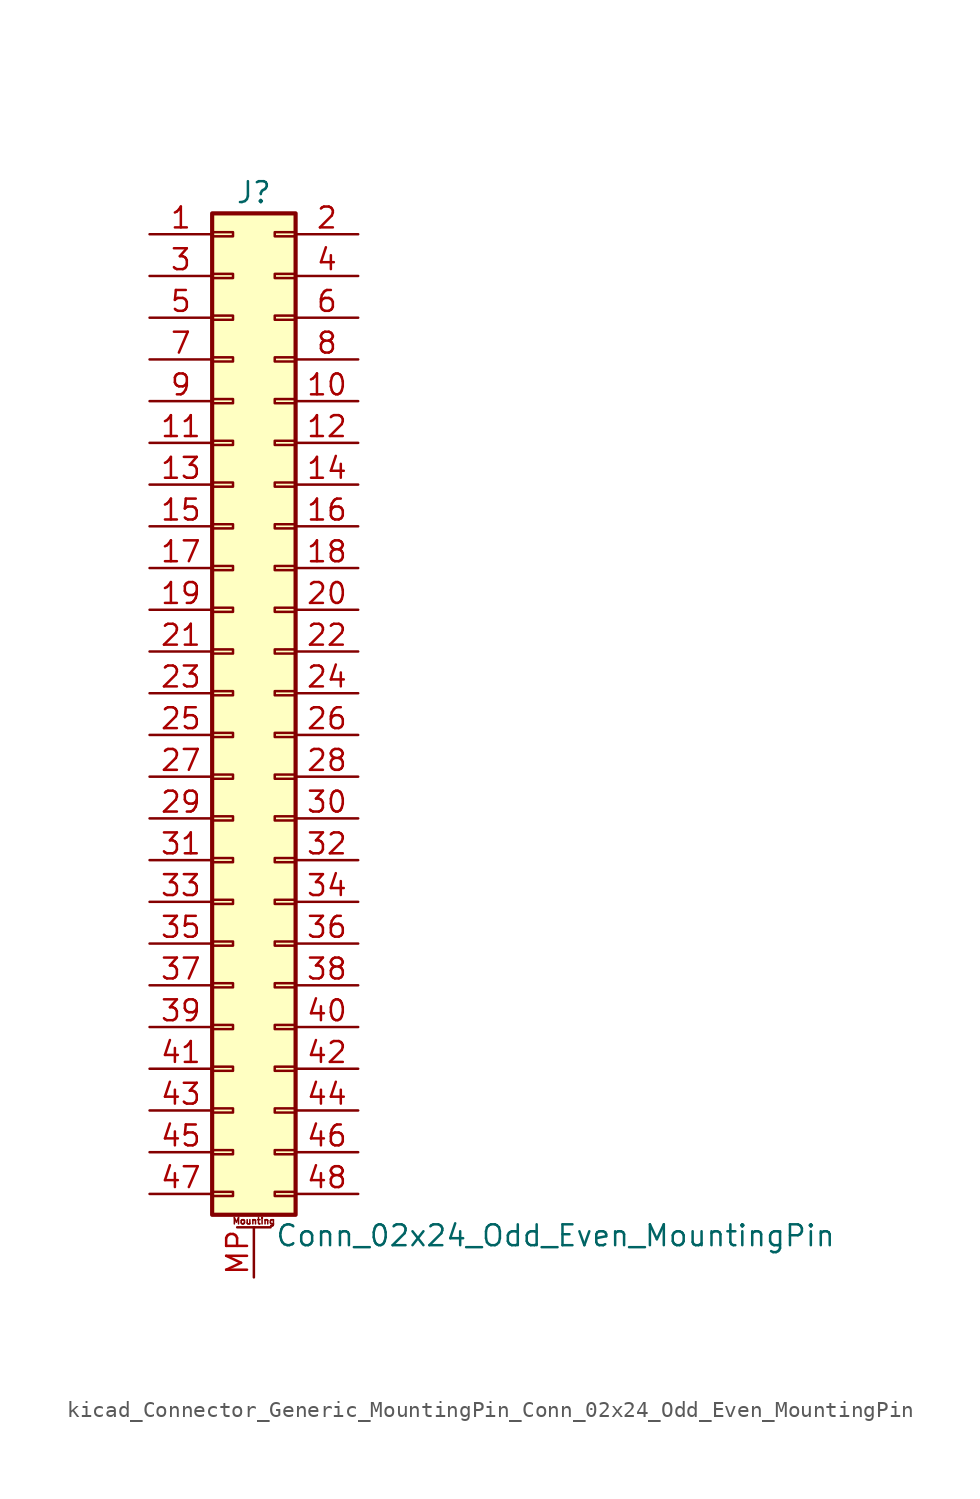
<source format=kicad_sym>
(kicad_symbol_lib
  (version 20220914)
  (generator kicad_symbol_editor)
  (symbol "kicad_Connector_Generic_MountingPin_Conn_02x24_Odd_Even_MountingPin"
    (pin_names
      (offset 1.016) hide)
    (property "Reference" "J"
      (at 1.27 30.48 0)
      (effects (font (size 1.27 1.27))))
    (property "Value" "Conn_02x24_Odd_Even_MountingPin"
      (at 2.54 -33.02 0)
      (effects (font (size 1.27 1.27)) (justify left)))
    (symbol "kicad_Connector_Generic_MountingPin_Conn_02x24_Odd_Even_MountingPin_1_1"
      (rectangle (start -1.27 -30.353) (end 0 -30.607) (stroke (width 0.152) (type default)) (fill (type none)))
      (rectangle (start -1.27 -27.813) (end 0 -28.067) (stroke (width 0.152) (type default)) (fill (type none)))
      (rectangle (start -1.27 -25.273) (end 0 -25.527) (stroke (width 0.152) (type default)) (fill (type none)))
      (rectangle (start -1.27 -22.733) (end 0 -22.987) (stroke (width 0.152) (type default)) (fill (type none)))
      (rectangle (start -1.27 -20.193) (end 0 -20.447) (stroke (width 0.152) (type default)) (fill (type none)))
      (rectangle (start -1.27 -17.653) (end 0 -17.907) (stroke (width 0.152) (type default)) (fill (type none)))
      (rectangle (start -1.27 -15.113) (end 0 -15.367) (stroke (width 0.152) (type default)) (fill (type none)))
      (rectangle (start -1.27 -12.573) (end 0 -12.827) (stroke (width 0.152) (type default)) (fill (type none)))
      (rectangle (start -1.27 -10.033) (end 0 -10.287) (stroke (width 0.152) (type default)) (fill (type none)))
      (rectangle (start -1.27 -7.493) (end 0 -7.747) (stroke (width 0.152) (type default)) (fill (type none)))
      (rectangle (start -1.27 -4.953) (end 0 -5.207) (stroke (width 0.152) (type default)) (fill (type none)))
      (rectangle (start -1.27 -2.413) (end 0 -2.667) (stroke (width 0.152) (type default)) (fill (type none)))
      (rectangle (start -1.27 0.127) (end 0 -0.127) (stroke (width 0.152) (type default)) (fill (type none)))
      (rectangle (start -1.27 2.667) (end 0 2.413) (stroke (width 0.152) (type default)) (fill (type none)))
      (rectangle (start -1.27 5.207) (end 0 4.953) (stroke (width 0.152) (type default)) (fill (type none)))
      (rectangle (start -1.27 7.747) (end 0 7.493) (stroke (width 0.152) (type default)) (fill (type none)))
      (rectangle (start -1.27 10.287) (end 0 10.033) (stroke (width 0.152) (type default)) (fill (type none)))
      (rectangle (start -1.27 12.827) (end 0 12.573) (stroke (width 0.152) (type default)) (fill (type none)))
      (rectangle (start -1.27 15.367) (end 0 15.113) (stroke (width 0.152) (type default)) (fill (type none)))
      (rectangle (start -1.27 17.907) (end 0 17.653) (stroke (width 0.152) (type default)) (fill (type none)))
      (rectangle (start -1.27 20.447) (end 0 20.193) (stroke (width 0.152) (type default)) (fill (type none)))
      (rectangle (start -1.27 22.987) (end 0 22.733) (stroke (width 0.152) (type default)) (fill (type none)))
      (rectangle (start -1.27 25.527) (end 0 25.273) (stroke (width 0.152) (type default)) (fill (type none)))
      (rectangle (start -1.27 28.067) (end 0 27.813) (stroke (width 0.152) (type default)) (fill (type none)))
      (rectangle (start -1.27 29.21) (end 3.81 -31.75) (stroke (width 0.254) (type default)) (fill (type background)))
      (polyline (pts (xy 0.254 -32.512) (xy 2.286 -32.512)) (stroke (width 0.152) (type default)) (fill (type none)))
      (rectangle (start 3.81 -30.353) (end 2.54 -30.607) (stroke (width 0.152) (type default)) (fill (type none)))
      (rectangle (start 3.81 -27.813) (end 2.54 -28.067) (stroke (width 0.152) (type default)) (fill (type none)))
      (rectangle (start 3.81 -25.273) (end 2.54 -25.527) (stroke (width 0.152) (type default)) (fill (type none)))
      (rectangle (start 3.81 -22.733) (end 2.54 -22.987) (stroke (width 0.152) (type default)) (fill (type none)))
      (rectangle (start 3.81 -20.193) (end 2.54 -20.447) (stroke (width 0.152) (type default)) (fill (type none)))
      (rectangle (start 3.81 -17.653) (end 2.54 -17.907) (stroke (width 0.152) (type default)) (fill (type none)))
      (rectangle (start 3.81 -15.113) (end 2.54 -15.367) (stroke (width 0.152) (type default)) (fill (type none)))
      (rectangle (start 3.81 -12.573) (end 2.54 -12.827) (stroke (width 0.152) (type default)) (fill (type none)))
      (rectangle (start 3.81 -10.033) (end 2.54 -10.287) (stroke (width 0.152) (type default)) (fill (type none)))
      (rectangle (start 3.81 -7.493) (end 2.54 -7.747) (stroke (width 0.152) (type default)) (fill (type none)))
      (rectangle (start 3.81 -4.953) (end 2.54 -5.207) (stroke (width 0.152) (type default)) (fill (type none)))
      (rectangle (start 3.81 -2.413) (end 2.54 -2.667) (stroke (width 0.152) (type default)) (fill (type none)))
      (rectangle (start 3.81 0.127) (end 2.54 -0.127) (stroke (width 0.152) (type default)) (fill (type none)))
      (rectangle (start 3.81 2.667) (end 2.54 2.413) (stroke (width 0.152) (type default)) (fill (type none)))
      (rectangle (start 3.81 5.207) (end 2.54 4.953) (stroke (width 0.152) (type default)) (fill (type none)))
      (rectangle (start 3.81 7.747) (end 2.54 7.493) (stroke (width 0.152) (type default)) (fill (type none)))
      (rectangle (start 3.81 10.287) (end 2.54 10.033) (stroke (width 0.152) (type default)) (fill (type none)))
      (rectangle (start 3.81 12.827) (end 2.54 12.573) (stroke (width 0.152) (type default)) (fill (type none)))
      (rectangle (start 3.81 15.367) (end 2.54 15.113) (stroke (width 0.152) (type default)) (fill (type none)))
      (rectangle (start 3.81 17.907) (end 2.54 17.653) (stroke (width 0.152) (type default)) (fill (type none)))
      (rectangle (start 3.81 20.447) (end 2.54 20.193) (stroke (width 0.152) (type default)) (fill (type none)))
      (rectangle (start 3.81 22.987) (end 2.54 22.733) (stroke (width 0.152) (type default)) (fill (type none)))
      (rectangle (start 3.81 25.527) (end 2.54 25.273) (stroke (width 0.152) (type default)) (fill (type none)))
      (rectangle (start 3.81 28.067) (end 2.54 27.813) (stroke (width 0.152) (type default)) (fill (type none)))
      (text "Mounting" (at 1.27 -32.131 0) (effects (font (size 0.381 0.381))))
      (pin passive line (at -5.08 27.94 0) (length 3.81) (name "Pin_1" (effects (font (size 1.27 1.27)))) (number "1" (effects (font (size 1.27 1.27)))))
      (pin passive line (at 7.62 17.78 180) (length 3.81) (name "Pin_10" (effects (font (size 1.27 1.27)))) (number "10" (effects (font (size 1.27 1.27)))))
      (pin passive line (at -5.08 15.24 0) (length 3.81) (name "Pin_11" (effects (font (size 1.27 1.27)))) (number "11" (effects (font (size 1.27 1.27)))))
      (pin passive line (at 7.62 15.24 180) (length 3.81) (name "Pin_12" (effects (font (size 1.27 1.27)))) (number "12" (effects (font (size 1.27 1.27)))))
      (pin passive line (at -5.08 12.7 0) (length 3.81) (name "Pin_13" (effects (font (size 1.27 1.27)))) (number "13" (effects (font (size 1.27 1.27)))))
      (pin passive line (at 7.62 12.7 180) (length 3.81) (name "Pin_14" (effects (font (size 1.27 1.27)))) (number "14" (effects (font (size 1.27 1.27)))))
      (pin passive line (at -5.08 10.16 0) (length 3.81) (name "Pin_15" (effects (font (size 1.27 1.27)))) (number "15" (effects (font (size 1.27 1.27)))))
      (pin passive line (at 7.62 10.16 180) (length 3.81) (name "Pin_16" (effects (font (size 1.27 1.27)))) (number "16" (effects (font (size 1.27 1.27)))))
      (pin passive line (at -5.08 7.62 0) (length 3.81) (name "Pin_17" (effects (font (size 1.27 1.27)))) (number "17" (effects (font (size 1.27 1.27)))))
      (pin passive line (at 7.62 7.62 180) (length 3.81) (name "Pin_18" (effects (font (size 1.27 1.27)))) (number "18" (effects (font (size 1.27 1.27)))))
      (pin passive line (at -5.08 5.08 0) (length 3.81) (name "Pin_19" (effects (font (size 1.27 1.27)))) (number "19" (effects (font (size 1.27 1.27)))))
      (pin passive line (at 7.62 27.94 180) (length 3.81) (name "Pin_2" (effects (font (size 1.27 1.27)))) (number "2" (effects (font (size 1.27 1.27)))))
      (pin passive line (at 7.62 5.08 180) (length 3.81) (name "Pin_20" (effects (font (size 1.27 1.27)))) (number "20" (effects (font (size 1.27 1.27)))))
      (pin passive line (at -5.08 2.54 0) (length 3.81) (name "Pin_21" (effects (font (size 1.27 1.27)))) (number "21" (effects (font (size 1.27 1.27)))))
      (pin passive line (at 7.62 2.54 180) (length 3.81) (name "Pin_22" (effects (font (size 1.27 1.27)))) (number "22" (effects (font (size 1.27 1.27)))))
      (pin passive line (at -5.08 0 0) (length 3.81) (name "Pin_23" (effects (font (size 1.27 1.27)))) (number "23" (effects (font (size 1.27 1.27)))))
      (pin passive line (at 7.62 0 180) (length 3.81) (name "Pin_24" (effects (font (size 1.27 1.27)))) (number "24" (effects (font (size 1.27 1.27)))))
      (pin passive line (at -5.08 -2.54 0) (length 3.81) (name "Pin_25" (effects (font (size 1.27 1.27)))) (number "25" (effects (font (size 1.27 1.27)))))
      (pin passive line (at 7.62 -2.54 180) (length 3.81) (name "Pin_26" (effects (font (size 1.27 1.27)))) (number "26" (effects (font (size 1.27 1.27)))))
      (pin passive line (at -5.08 -5.08 0) (length 3.81) (name "Pin_27" (effects (font (size 1.27 1.27)))) (number "27" (effects (font (size 1.27 1.27)))))
      (pin passive line (at 7.62 -5.08 180) (length 3.81) (name "Pin_28" (effects (font (size 1.27 1.27)))) (number "28" (effects (font (size 1.27 1.27)))))
      (pin passive line (at -5.08 -7.62 0) (length 3.81) (name "Pin_29" (effects (font (size 1.27 1.27)))) (number "29" (effects (font (size 1.27 1.27)))))
      (pin passive line (at -5.08 25.4 0) (length 3.81) (name "Pin_3" (effects (font (size 1.27 1.27)))) (number "3" (effects (font (size 1.27 1.27)))))
      (pin passive line (at 7.62 -7.62 180) (length 3.81) (name "Pin_30" (effects (font (size 1.27 1.27)))) (number "30" (effects (font (size 1.27 1.27)))))
      (pin passive line (at -5.08 -10.16 0) (length 3.81) (name "Pin_31" (effects (font (size 1.27 1.27)))) (number "31" (effects (font (size 1.27 1.27)))))
      (pin passive line (at 7.62 -10.16 180) (length 3.81) (name "Pin_32" (effects (font (size 1.27 1.27)))) (number "32" (effects (font (size 1.27 1.27)))))
      (pin passive line (at -5.08 -12.7 0) (length 3.81) (name "Pin_33" (effects (font (size 1.27 1.27)))) (number "33" (effects (font (size 1.27 1.27)))))
      (pin passive line (at 7.62 -12.7 180) (length 3.81) (name "Pin_34" (effects (font (size 1.27 1.27)))) (number "34" (effects (font (size 1.27 1.27)))))
      (pin passive line (at -5.08 -15.24 0) (length 3.81) (name "Pin_35" (effects (font (size 1.27 1.27)))) (number "35" (effects (font (size 1.27 1.27)))))
      (pin passive line (at 7.62 -15.24 180) (length 3.81) (name "Pin_36" (effects (font (size 1.27 1.27)))) (number "36" (effects (font (size 1.27 1.27)))))
      (pin passive line (at -5.08 -17.78 0) (length 3.81) (name "Pin_37" (effects (font (size 1.27 1.27)))) (number "37" (effects (font (size 1.27 1.27)))))
      (pin passive line (at 7.62 -17.78 180) (length 3.81) (name "Pin_38" (effects (font (size 1.27 1.27)))) (number "38" (effects (font (size 1.27 1.27)))))
      (pin passive line (at -5.08 -20.32 0) (length 3.81) (name "Pin_39" (effects (font (size 1.27 1.27)))) (number "39" (effects (font (size 1.27 1.27)))))
      (pin passive line (at 7.62 25.4 180) (length 3.81) (name "Pin_4" (effects (font (size 1.27 1.27)))) (number "4" (effects (font (size 1.27 1.27)))))
      (pin passive line (at 7.62 -20.32 180) (length 3.81) (name "Pin_40" (effects (font (size 1.27 1.27)))) (number "40" (effects (font (size 1.27 1.27)))))
      (pin passive line (at -5.08 -22.86 0) (length 3.81) (name "Pin_41" (effects (font (size 1.27 1.27)))) (number "41" (effects (font (size 1.27 1.27)))))
      (pin passive line (at 7.62 -22.86 180) (length 3.81) (name "Pin_42" (effects (font (size 1.27 1.27)))) (number "42" (effects (font (size 1.27 1.27)))))
      (pin passive line (at -5.08 -25.4 0) (length 3.81) (name "Pin_43" (effects (font (size 1.27 1.27)))) (number "43" (effects (font (size 1.27 1.27)))))
      (pin passive line (at 7.62 -25.4 180) (length 3.81) (name "Pin_44" (effects (font (size 1.27 1.27)))) (number "44" (effects (font (size 1.27 1.27)))))
      (pin passive line (at -5.08 -27.94 0) (length 3.81) (name "Pin_45" (effects (font (size 1.27 1.27)))) (number "45" (effects (font (size 1.27 1.27)))))
      (pin passive line (at 7.62 -27.94 180) (length 3.81) (name "Pin_46" (effects (font (size 1.27 1.27)))) (number "46" (effects (font (size 1.27 1.27)))))
      (pin passive line (at -5.08 -30.48 0) (length 3.81) (name "Pin_47" (effects (font (size 1.27 1.27)))) (number "47" (effects (font (size 1.27 1.27)))))
      (pin passive line (at 7.62 -30.48 180) (length 3.81) (name "Pin_48" (effects (font (size 1.27 1.27)))) (number "48" (effects (font (size 1.27 1.27)))))
      (pin passive line (at -5.08 22.86 0) (length 3.81) (name "Pin_5" (effects (font (size 1.27 1.27)))) (number "5" (effects (font (size 1.27 1.27)))))
      (pin passive line (at 7.62 22.86 180) (length 3.81) (name "Pin_6" (effects (font (size 1.27 1.27)))) (number "6" (effects (font (size 1.27 1.27)))))
      (pin passive line (at -5.08 20.32 0) (length 3.81) (name "Pin_7" (effects (font (size 1.27 1.27)))) (number "7" (effects (font (size 1.27 1.27)))))
      (pin passive line (at 7.62 20.32 180) (length 3.81) (name "Pin_8" (effects (font (size 1.27 1.27)))) (number "8" (effects (font (size 1.27 1.27)))))
      (pin passive line (at -5.08 17.78 0) (length 3.81) (name "Pin_9" (effects (font (size 1.27 1.27)))) (number "9" (effects (font (size 1.27 1.27)))))
      (pin passive line (at 1.27 -35.56 90) (length 3.048) (name "MountPin" (effects (font (size 1.27 1.27)))) (number "MP" (effects (font (size 1.27 1.27))))))))
</source>
